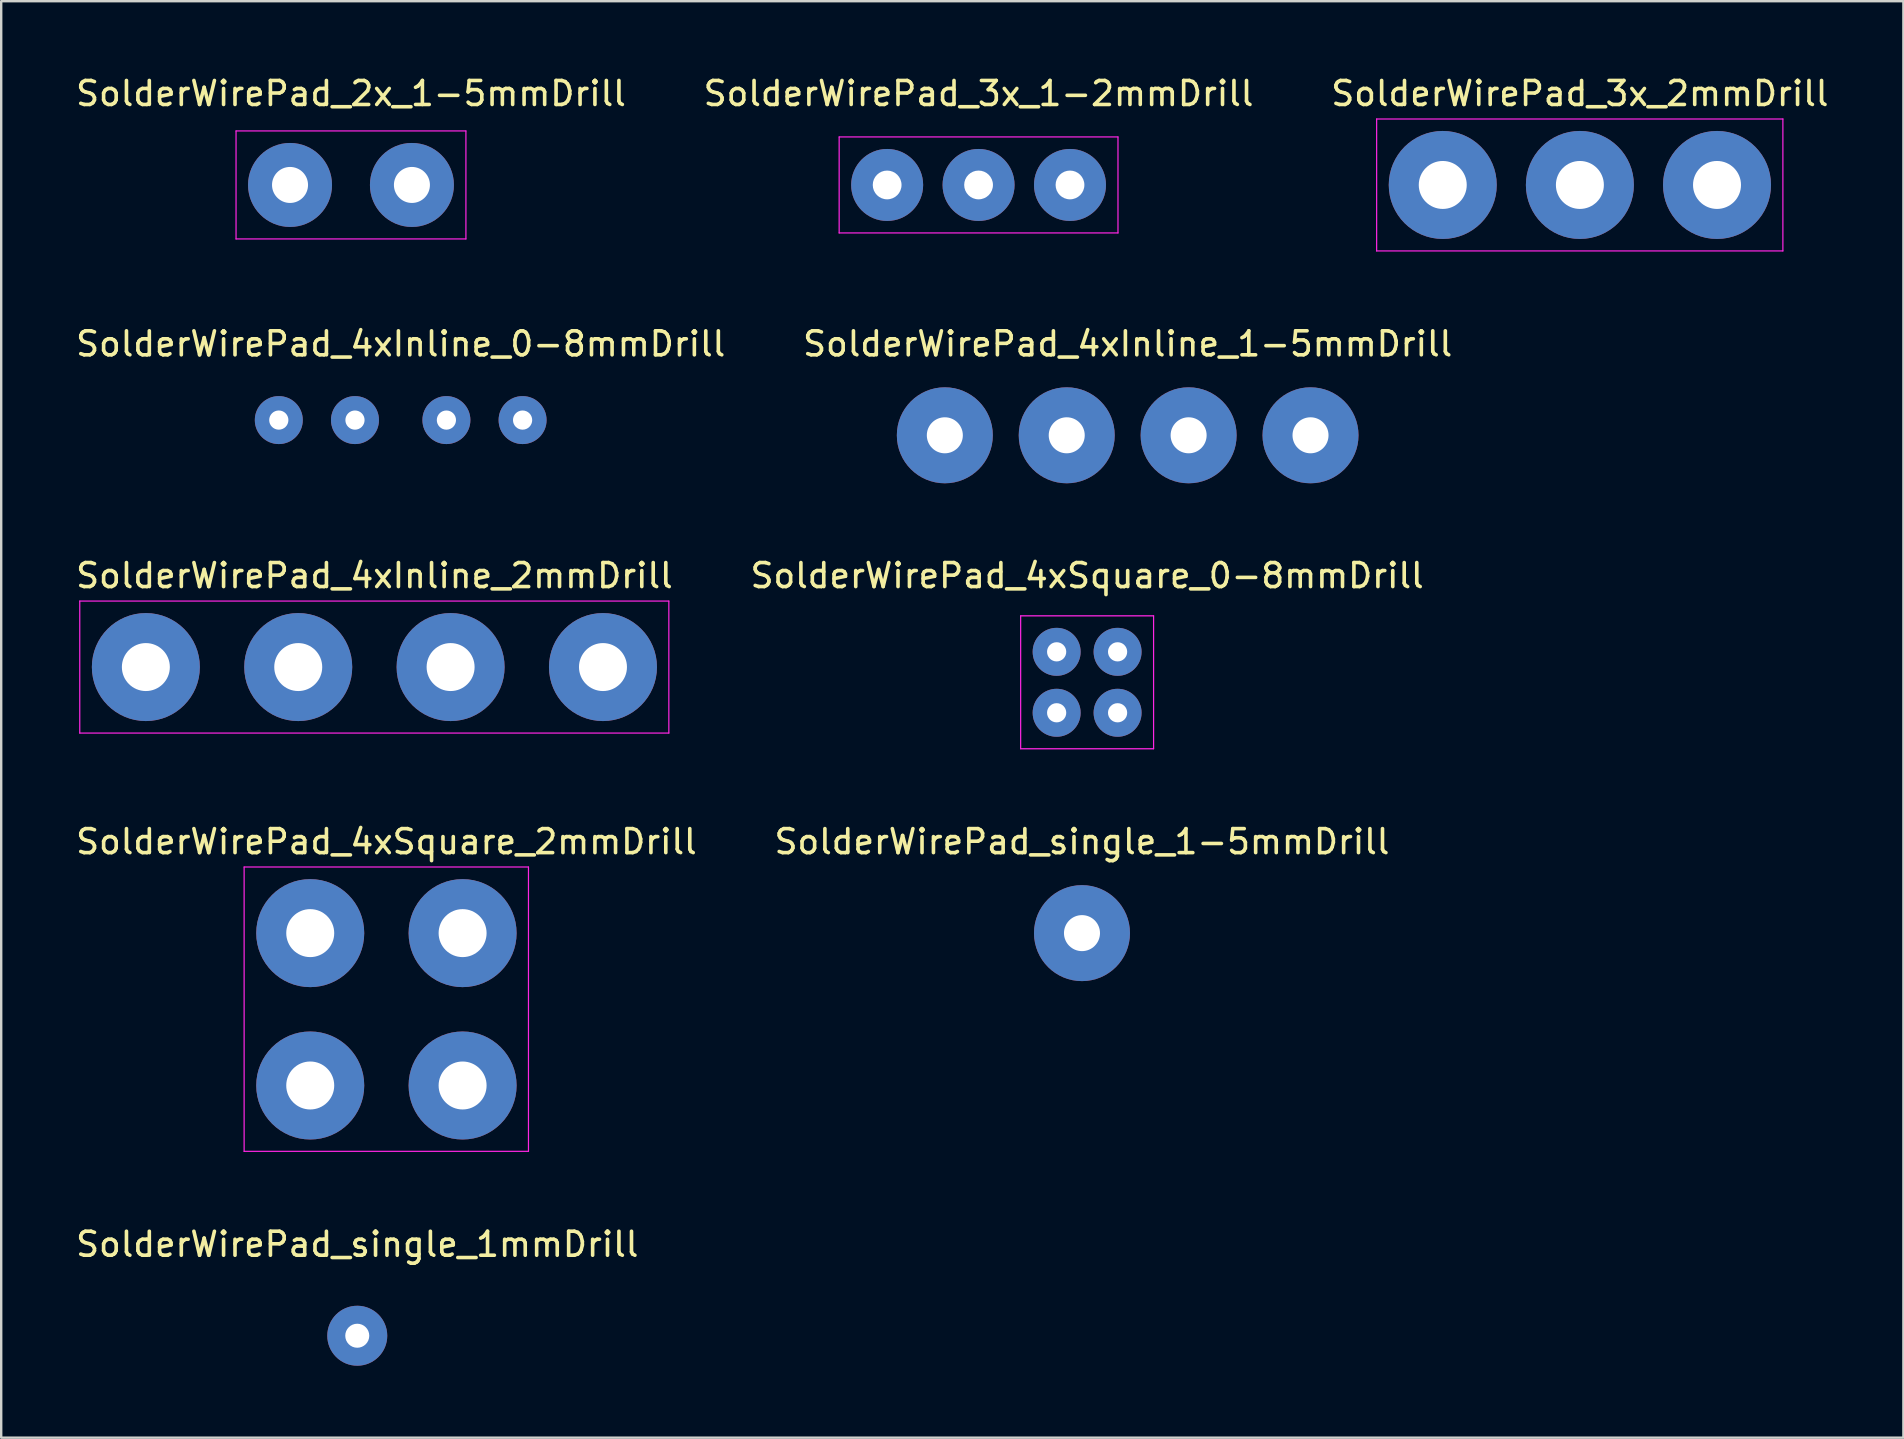
<source format=kicad_pcb>
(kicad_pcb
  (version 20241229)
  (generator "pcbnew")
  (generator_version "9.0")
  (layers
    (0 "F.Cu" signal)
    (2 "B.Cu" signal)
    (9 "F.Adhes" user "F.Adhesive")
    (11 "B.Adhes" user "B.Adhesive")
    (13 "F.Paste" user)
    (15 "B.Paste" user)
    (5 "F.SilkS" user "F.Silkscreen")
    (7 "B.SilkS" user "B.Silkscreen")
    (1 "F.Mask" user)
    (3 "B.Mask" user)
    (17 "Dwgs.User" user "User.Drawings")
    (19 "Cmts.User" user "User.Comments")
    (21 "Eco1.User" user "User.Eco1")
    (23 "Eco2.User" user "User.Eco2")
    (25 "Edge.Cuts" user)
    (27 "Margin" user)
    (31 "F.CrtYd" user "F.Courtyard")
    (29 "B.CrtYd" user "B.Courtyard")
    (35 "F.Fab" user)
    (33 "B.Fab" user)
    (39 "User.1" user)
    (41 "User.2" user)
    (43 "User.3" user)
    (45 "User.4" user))
  (footprint "SolderWirePad_3x_1-2mmDrill"
    (layer "F.Cu")
    (at 37.732 4.658)
    (property "Reference" "SolderWirePad_3x_1-2mmDrill" (at 0 -3.81 0) (layer "F.SilkS") (effects (font (size 1 1) (thickness 0.15))))
    (attr exclude_from_pos_files exclude_from_bom)
    (fp_line (start -5.81 -2) (end -5.81 2) (stroke (width 0.05) (type solid)) (layer "F.CrtYd"))
    (fp_line (start -5.81 -2) (end 5.81 -2) (stroke (width 0.05) (type solid)) (layer "F.CrtYd"))
    (fp_line (start 5.81 2) (end -5.81 2) (stroke (width 0.05) (type solid)) (layer "F.CrtYd"))
    (fp_line (start 5.81 2) (end 5.81 -2) (stroke (width 0.05) (type solid)) (layer "F.CrtYd"))
    (pad "1" thru_hole circle (at -3.81 0) (size 3 3) (drill 1.199) (layers "*.Cu" "*.Mask"))
    (pad "1" thru_hole circle (at 0 0) (size 3 3) (drill 1.199) (layers "*.Cu" "*.Mask"))
    (pad "1" thru_hole circle (at 3.81 0) (size 3 3) (drill 1.199) (layers "*.Cu" "*.Mask")))
  (footprint "SolderWirePad_4xInline_1-5mmDrill"
    (layer "F.Cu")
    (at 43.946 15.091)
    (property "Reference" "SolderWirePad_4xInline_1-5mmDrill" (at 0 -3.81 0) (layer "F.SilkS") (effects (font (size 1 1) (thickness 0.15))))
    (attr exclude_from_pos_files exclude_from_bom)
    (pad "1" thru_hole circle (at -7.62 0) (size 4 4) (drill 1.501) (layers "*.Cu" "*.Mask"))
    (pad "1" thru_hole circle (at -2.54 0) (size 4 4) (drill 1.501) (layers "*.Cu" "*.Mask"))
    (pad "1" thru_hole circle (at 2.54 0) (size 4 4) (drill 1.501) (layers "*.Cu" "*.Mask"))
    (pad "1" thru_hole circle (at 7.62 0) (size 4 4) (drill 1.501) (layers "*.Cu" "*.Mask")))
  (footprint "SolderWirePad_4xSquare_0-8mmDrill"
    (layer "F.Cu")
    (at 42.256 25.385)
    (property "Reference" "SolderWirePad_4xSquare_0-8mmDrill" (at 0 -4.445 0) (layer "F.SilkS") (effects (font (size 1 1) (thickness 0.15))))
    (attr exclude_from_pos_files exclude_from_bom)
    (fp_line (start -2.77 -2.77) (end -2.77 2.77) (stroke (width 0.05) (type solid)) (layer "F.CrtYd"))
    (fp_line (start -2.77 -2.77) (end 2.77 -2.77) (stroke (width 0.05) (type solid)) (layer "F.CrtYd"))
    (fp_line (start 2.77 2.77) (end -2.77 2.77) (stroke (width 0.05) (type solid)) (layer "F.CrtYd"))
    (fp_line (start 2.77 2.77) (end 2.77 -2.77) (stroke (width 0.05) (type solid)) (layer "F.CrtYd"))
    (pad "1" thru_hole circle (at -1.27 -1.27) (size 1.999 1.999) (drill 0.8) (layers "*.Cu" "*.Mask"))
    (pad "1" thru_hole circle (at -1.27 1.27) (size 1.999 1.999) (drill 0.8) (layers "*.Cu" "*.Mask"))
    (pad "1" thru_hole circle (at 1.27 -1.27) (size 1.999 1.999) (drill 0.8) (layers "*.Cu" "*.Mask"))
    (pad "1" thru_hole circle (at 1.27 1.27) (size 1.999 1.999) (drill 0.8) (layers "*.Cu" "*.Mask")))
  (footprint "SolderWirePad_3x_2mmDrill"
    (layer "F.Cu")
    (at 62.792 4.658)
    (property "Reference" "SolderWirePad_3x_2mmDrill" (at 0 -3.81 0) (layer "F.SilkS") (effects (font (size 1 1) (thickness 0.15))))
    (attr exclude_from_pos_files exclude_from_bom)
    (fp_line (start -8.47 -2.75) (end -8.47 2.75) (stroke (width 0.05) (type solid)) (layer "F.CrtYd"))
    (fp_line (start -8.47 -2.75) (end 8.46 -2.75) (stroke (width 0.05) (type solid)) (layer "F.CrtYd"))
    (fp_line (start 8.46 2.75) (end -8.47 2.75) (stroke (width 0.05) (type solid)) (layer "F.CrtYd"))
    (fp_line (start 8.46 2.75) (end 8.46 -2.75) (stroke (width 0.05) (type solid)) (layer "F.CrtYd"))
    (pad "1" thru_hole circle (at -5.715 0) (size 4.501 4.501) (drill 1.999) (layers "*.Cu" "*.Mask"))
    (pad "1" thru_hole circle (at 0 0) (size 4.501 4.501) (drill 1.999) (layers "*.Cu" "*.Mask"))
    (pad "1" thru_hole circle (at 5.715 0) (size 4.501 4.501) (drill 1.999) (layers "*.Cu" "*.Mask")))
  (footprint "SolderWirePad_single_1mmDrill"
    (layer "F.Cu")
    (at 11.839 52.617)
    (property "Reference" "SolderWirePad_single_1mmDrill" (at 0 -3.81 0) (layer "F.SilkS") (effects (font (size 1 1) (thickness 0.15))))
    (attr exclude_from_pos_files exclude_from_bom)
    (pad "1" thru_hole circle (at 0 0) (size 2.499 2.499) (drill 1.001) (layers "*.Cu" "*.Mask")))
  (footprint "SolderWirePad_4xSquare_2mmDrill"
    (layer "F.Cu")
    (at 13.054 39.013)
    (property "Reference" "SolderWirePad_4xSquare_2mmDrill" (at 0 -6.985 0) (layer "F.SilkS") (effects (font (size 1 1) (thickness 0.15))))
    (attr exclude_from_pos_files exclude_from_bom)
    (fp_line (start -5.93 -5.93) (end -5.93 5.92) (stroke (width 0.05) (type solid)) (layer "F.CrtYd"))
    (fp_line (start -5.93 -5.93) (end 5.92 -5.93) (stroke (width 0.05) (type solid)) (layer "F.CrtYd"))
    (fp_line (start 5.92 5.92) (end -5.93 5.92) (stroke (width 0.05) (type solid)) (layer "F.CrtYd"))
    (fp_line (start 5.92 5.92) (end 5.92 -5.93) (stroke (width 0.05) (type solid)) (layer "F.CrtYd"))
    (pad "1" thru_hole circle (at -3.175 -3.175) (size 4.501 4.501) (drill 1.999) (layers "*.Cu" "*.Mask"))
    (pad "1" thru_hole circle (at -3.175 3.175) (size 4.501 4.501) (drill 1.999) (layers "*.Cu" "*.Mask"))
    (pad "1" thru_hole circle (at 3.175 -3.175) (size 4.501 4.501) (drill 1.999) (layers "*.Cu" "*.Mask"))
    (pad "1" thru_hole circle (at 3.175 3.175) (size 4.501 4.501) (drill 1.999) (layers "*.Cu" "*.Mask")))
  (footprint "SolderWirePad_single_1-5mmDrill"
    (layer "F.Cu")
    (at 42.042 35.838)
    (property "Reference" "SolderWirePad_single_1-5mmDrill" (at 0 -3.81 0) (layer "F.SilkS") (effects (font (size 1 1) (thickness 0.15))))
    (attr exclude_from_pos_files exclude_from_bom)
    (pad "1" thru_hole circle (at 0 0) (size 4 4) (drill 1.501) (layers "*.Cu" "*.Mask")))
  (footprint "SolderWirePad_2x_1-5mmDrill"
    (layer "F.Cu")
    (at 11.577 4.658)
    (property "Reference" "SolderWirePad_2x_1-5mmDrill" (at 0 -3.81 0) (layer "F.SilkS") (effects (font (size 1 1) (thickness 0.15))))
    (attr exclude_from_pos_files exclude_from_bom)
    (fp_line (start -4.79 -2.25) (end -4.79 2.25) (stroke (width 0.05) (type solid)) (layer "F.CrtYd"))
    (fp_line (start -4.79 -2.25) (end 4.79 -2.25) (stroke (width 0.05) (type solid)) (layer "F.CrtYd"))
    (fp_line (start 4.79 2.25) (end -4.79 2.25) (stroke (width 0.05) (type solid)) (layer "F.CrtYd"))
    (fp_line (start 4.79 2.25) (end 4.79 -2.25) (stroke (width 0.05) (type solid)) (layer "F.CrtYd"))
    (pad "1" thru_hole circle (at -2.54 0) (size 3.5 3.5) (drill 1.501) (layers "*.Cu" "*.Mask"))
    (pad "1" thru_hole circle (at 2.54 0) (size 3.5 3.5) (drill 1.501) (layers "*.Cu" "*.Mask")))
  (footprint "SolderWirePad_4xInline_0-8mmDrill"
    (layer "F.Cu")
    (at 13.649 14.457)
    (property "Reference" "SolderWirePad_4xInline_0-8mmDrill" (at 0 -3.175 0) (layer "F.SilkS") (effects (font (size 1 1) (thickness 0.15))))
    (attr exclude_from_pos_files exclude_from_bom)
    (pad "1" thru_hole circle (at -5.08 0) (size 1.999 1.999) (drill 0.8) (layers "*.Cu" "*.Mask"))
    (pad "1" thru_hole circle (at -1.905 0) (size 1.999 1.999) (drill 0.8) (layers "*.Cu" "*.Mask"))
    (pad "1" thru_hole circle (at 1.905 0) (size 1.999 1.999) (drill 0.8) (layers "*.Cu" "*.Mask"))
    (pad "1" thru_hole circle (at 5.08 0) (size 1.999 1.999) (drill 0.8) (layers "*.Cu" "*.Mask")))
  (footprint "SolderWirePad_4xInline_2mmDrill"
    (layer "F.Cu")
    (at 12.554 24.75)
    (property "Reference" "SolderWirePad_4xInline_2mmDrill" (at 0 -3.81 0) (layer "F.SilkS") (effects (font (size 1 1) (thickness 0.15))))
    (attr exclude_from_pos_files exclude_from_bom)
    (fp_line (start -12.28 -2.75) (end -12.28 2.75) (stroke (width 0.05) (type solid)) (layer "F.CrtYd"))
    (fp_line (start -12.28 -2.75) (end 12.27 -2.75) (stroke (width 0.05) (type solid)) (layer "F.CrtYd"))
    (fp_line (start 12.27 2.75) (end -12.28 2.75) (stroke (width 0.05) (type solid)) (layer "F.CrtYd"))
    (fp_line (start 12.27 2.75) (end 12.27 -2.75) (stroke (width 0.05) (type solid)) (layer "F.CrtYd"))
    (pad "1" thru_hole circle (at -9.525 0) (size 4.501 4.501) (drill 1.999) (layers "*.Cu" "*.Mask"))
    (pad "1" thru_hole circle (at -3.175 0) (size 4.501 4.501) (drill 1.999) (layers "*.Cu" "*.Mask"))
    (pad "1" thru_hole circle (at 3.175 0) (size 4.501 4.501) (drill 1.999) (layers "*.Cu" "*.Mask"))
    (pad "1" thru_hole circle (at 9.525 0) (size 4.501 4.501) (drill 1.999) (layers "*.Cu" "*.Mask")))
  (gr_rect
    (start -3 -3)
    (end 76.274 56.866)
    (stroke (width 0.1) (type default))
    (fill no)
    (layer "Edge.Cuts")))
</source>
